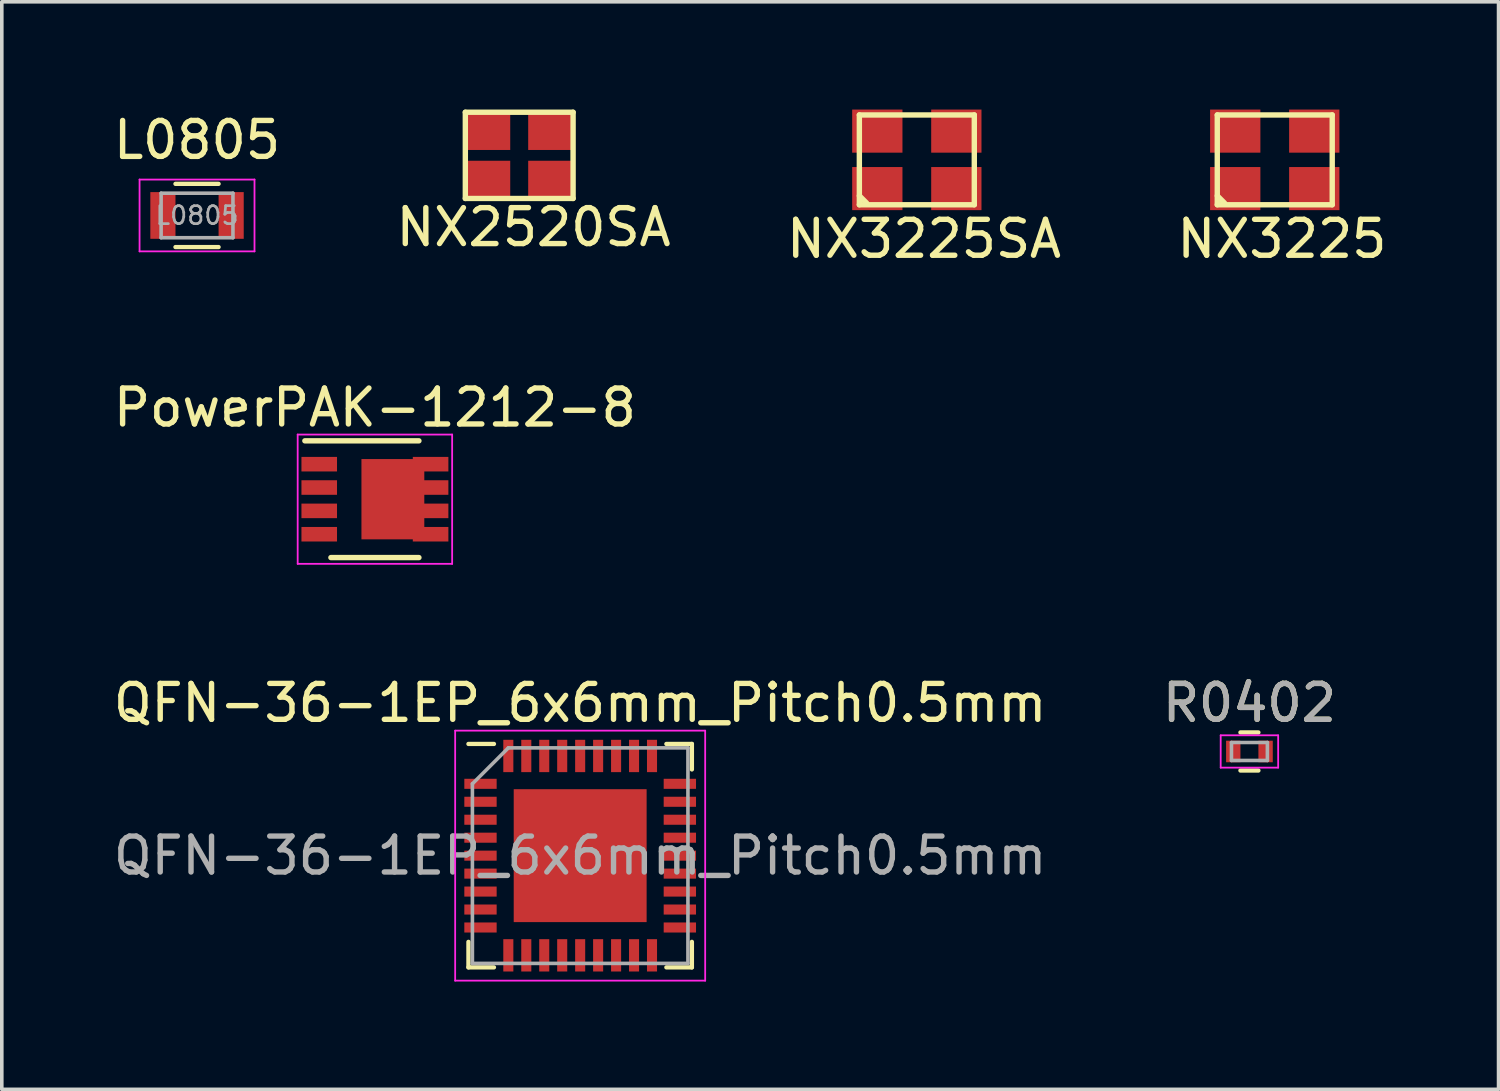
<source format=kicad_pcb>
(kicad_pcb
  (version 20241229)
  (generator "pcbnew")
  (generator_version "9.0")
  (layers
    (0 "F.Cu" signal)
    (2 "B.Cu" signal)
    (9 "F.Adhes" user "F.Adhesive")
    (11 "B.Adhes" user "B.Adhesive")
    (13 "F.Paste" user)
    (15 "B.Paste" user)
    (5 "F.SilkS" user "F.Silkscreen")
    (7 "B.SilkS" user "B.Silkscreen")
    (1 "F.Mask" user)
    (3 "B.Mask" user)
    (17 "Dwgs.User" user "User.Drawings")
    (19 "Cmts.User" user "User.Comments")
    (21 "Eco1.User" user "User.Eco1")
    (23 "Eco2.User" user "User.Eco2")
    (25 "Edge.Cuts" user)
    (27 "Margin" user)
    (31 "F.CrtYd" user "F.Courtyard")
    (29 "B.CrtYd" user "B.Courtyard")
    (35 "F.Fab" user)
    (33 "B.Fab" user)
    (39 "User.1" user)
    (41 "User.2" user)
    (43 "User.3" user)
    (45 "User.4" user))
  (footprint "NX3225SA"
    (layer "F.Cu")
    (at 22.473 1.4)
    (property "Reference" "NX3225SA" (at 0.2 2.2 0) (layer "F.SilkS") (effects (font (size 1 1) (thickness 0.15))))
    (attr through_hole)
    (fp_line (start -1.6 1) (end -1.4 1.2) (stroke (width 0.15) (type solid)) (layer "F.SilkS"))
    (fp_line (start -1.6 1.25) (end -1.6 -1.25) (stroke (width 0.15) (type solid)) (layer "F.SilkS"))
    (fp_line (start -1.6 1.25) (end 1.6 1.25) (stroke (width 0.15) (type solid)) (layer "F.SilkS"))
    (fp_line (start 1.6 -1.25) (end -1.6 -1.25) (stroke (width 0.15) (type solid)) (layer "F.SilkS"))
    (fp_line (start 1.6 -1.25) (end 1.6 1.25) (stroke (width 0.15) (type solid)) (layer "F.SilkS"))
    (pad "1" smd rect (at -1.1 0.8) (size 1.4 1.2) (layers "F.Cu" "F.Mask" "F.Paste"))
    (pad "2" smd rect (at 1.1 0.8) (size 1.4 1.2) (layers "F.Cu" "F.Mask" "F.Paste"))
    (pad "3" smd rect (at 1.1 -0.8) (size 1.4 1.2) (layers "F.Cu" "F.Mask" "F.Paste"))
    (pad "4" smd rect (at -1.1 -0.8) (size 1.4 1.2) (layers "F.Cu" "F.Mask" "F.Paste")))
  (footprint "R0402"
    (layer "F.Cu")
    (at 31.732 17.87)
    (property "Reference" "R0402" (at 0 -1.35 0) (layer "F.SilkS") (effects (font (size 1 1) (thickness 0.15))))
    (attr smd)
    (fp_line (start -0.25 0.53) (end 0.25 0.53) (stroke (width 0.12) (type solid)) (layer "F.SilkS"))
    (fp_line (start 0.25 -0.53) (end -0.25 -0.53) (stroke (width 0.12) (type solid)) (layer "F.SilkS"))
    (fp_line (start -0.8 -0.45) (end -0.8 0.45) (stroke (width 0.05) (type solid)) (layer "F.CrtYd"))
    (fp_line (start -0.8 -0.45) (end 0.8 -0.45) (stroke (width 0.05) (type solid)) (layer "F.CrtYd"))
    (fp_line (start 0.8 0.45) (end -0.8 0.45) (stroke (width 0.05) (type solid)) (layer "F.CrtYd"))
    (fp_line (start 0.8 0.45) (end 0.8 -0.45) (stroke (width 0.05) (type solid)) (layer "F.CrtYd"))
    (fp_line (start -0.5 -0.25) (end 0.5 -0.25) (stroke (width 0.1) (type solid)) (layer "F.Fab"))
    (fp_line (start -0.5 0.25) (end -0.5 -0.25) (stroke (width 0.1) (type solid)) (layer "F.Fab"))
    (fp_line (start 0.5 -0.25) (end 0.5 0.25) (stroke (width 0.1) (type solid)) (layer "F.Fab"))
    (fp_line (start 0.5 0.25) (end -0.5 0.25) (stroke (width 0.1) (type solid)) (layer "F.Fab"))
    (fp_text user "${REFERENCE}" (at 0 -1.35 0) (layer "F.Fab") (effects (font (size 1 1) (thickness 0.15))))
    (pad "1" smd rect (at -0.45 0) (size 0.4 0.6) (layers "F.Cu" "F.Mask" "F.Paste"))
    (pad "2" smd rect (at 0.45 0) (size 0.4 0.6) (layers "F.Cu" "F.Mask" "F.Paste")))
  (footprint "QFN-36-1EP_6x6mm_Pitch0.5mm"
    (layer "F.Cu")
    (at 13.101 20.77)
    (property "Reference" "QFN-36-1EP_6x6mm_Pitch0.5mm" (at 0 -4.25 0) (layer "F.SilkS") (effects (font (size 1 1) (thickness 0.15))))
    (attr smd)
    (fp_line (start -3.11 3.11) (end -3.11 2.4) (stroke (width 0.12) (type solid)) (layer "F.SilkS"))
    (fp_line (start -3.11 3.11) (end -2.4 3.11) (stroke (width 0.12) (type solid)) (layer "F.SilkS"))
    (fp_line (start -2.4 -3.11) (end -3.11 -3.11) (stroke (width 0.12) (type solid)) (layer "F.SilkS"))
    (fp_line (start 3.11 -3.11) (end 2.4 -3.11) (stroke (width 0.12) (type solid)) (layer "F.SilkS"))
    (fp_line (start 3.11 -3.11) (end 3.11 -2.4) (stroke (width 0.12) (type solid)) (layer "F.SilkS"))
    (fp_line (start 3.11 3.11) (end 2.4 3.11) (stroke (width 0.12) (type solid)) (layer "F.SilkS"))
    (fp_line (start 3.11 3.11) (end 3.11 2.4) (stroke (width 0.12) (type solid)) (layer "F.SilkS"))
    (fp_line (start -3.48 -3.48) (end -3.48 3.48) (stroke (width 0.05) (type solid)) (layer "F.CrtYd"))
    (fp_line (start -3.48 -3.48) (end 3.48 -3.48) (stroke (width 0.05) (type solid)) (layer "F.CrtYd"))
    (fp_line (start -3.48 3.48) (end 3.48 3.48) (stroke (width 0.05) (type solid)) (layer "F.CrtYd"))
    (fp_line (start 3.48 -3.48) (end 3.48 3.48) (stroke (width 0.05) (type solid)) (layer "F.CrtYd"))
    (fp_line (start -3 -2) (end -2 -3) (stroke (width 0.1) (type solid)) (layer "F.Fab"))
    (fp_line (start -3 3) (end -3 -2) (stroke (width 0.1) (type solid)) (layer "F.Fab"))
    (fp_line (start -2 -3) (end 3 -3) (stroke (width 0.1) (type solid)) (layer "F.Fab"))
    (fp_line (start 3 -3) (end 3 3) (stroke (width 0.1) (type solid)) (layer "F.Fab"))
    (fp_line (start 3 3) (end -3 3) (stroke (width 0.1) (type solid)) (layer "F.Fab"))
    (fp_text user "${REFERENCE}" (at 0 0 0) (layer "F.Fab") (effects (font (size 1 1) (thickness 0.15))))
    (pad "" smd rect (at -1.387 -1.387) (size 0.827 0.827) (layers "F.Paste"))
    (pad "" smd rect (at -1.387 -0.463) (size 0.827 0.827) (layers "F.Paste"))
    (pad "" smd rect (at -1.387 0.463) (size 0.827 0.827) (layers "F.Paste"))
    (pad "" smd rect (at -1.387 1.387) (size 0.827 0.827) (layers "F.Paste"))
    (pad "" smd rect (at -0.463 -1.387) (size 0.827 0.827) (layers "F.Paste"))
    (pad "" smd rect (at -0.463 -0.463) (size 0.827 0.827) (layers "F.Paste"))
    (pad "" smd rect (at -0.463 0.463) (size 0.827 0.827) (layers "F.Paste"))
    (pad "" smd rect (at -0.463 1.387) (size 0.827 0.827) (layers "F.Paste"))
    (pad "" smd rect (at 0.463 -1.387) (size 0.827 0.827) (layers "F.Paste"))
    (pad "" smd rect (at 0.463 -0.463) (size 0.827 0.827) (layers "F.Paste"))
    (pad "" smd rect (at 0.463 0.463) (size 0.827 0.827) (layers "F.Paste"))
    (pad "" smd rect (at 0.463 1.387) (size 0.827 0.827) (layers "F.Paste"))
    (pad "" smd rect (at 1.387 -1.387) (size 0.827 0.827) (layers "F.Paste"))
    (pad "" smd rect (at 1.387 -0.463) (size 0.827 0.827) (layers "F.Paste"))
    (pad "" smd rect (at 1.387 0.463) (size 0.827 0.827) (layers "F.Paste"))
    (pad "" smd rect (at 1.387 1.387) (size 0.827 0.827) (layers "F.Paste"))
    (pad "1" smd rect (at -2.775 -2) (size 0.9 0.28) (layers "F.Cu" "F.Mask" "F.Paste"))
    (pad "2" smd rect (at -2.775 -1.5) (size 0.9 0.28) (layers "F.Cu" "F.Mask" "F.Paste"))
    (pad "3" smd rect (at -2.775 -1) (size 0.9 0.28) (layers "F.Cu" "F.Mask" "F.Paste"))
    (pad "4" smd rect (at -2.775 -0.5) (size 0.9 0.28) (layers "F.Cu" "F.Mask" "F.Paste"))
    (pad "5" smd rect (at -2.775 0) (size 0.9 0.28) (layers "F.Cu" "F.Mask" "F.Paste"))
    (pad "6" smd rect (at -2.775 0.5) (size 0.9 0.28) (layers "F.Cu" "F.Mask" "F.Paste"))
    (pad "7" smd rect (at -2.775 1) (size 0.9 0.28) (layers "F.Cu" "F.Mask" "F.Paste"))
    (pad "8" smd rect (at -2.775 1.5) (size 0.9 0.28) (layers "F.Cu" "F.Mask" "F.Paste"))
    (pad "9" smd rect (at -2.775 2) (size 0.9 0.28) (layers "F.Cu" "F.Mask" "F.Paste"))
    (pad "10" smd rect (at -2 2.775 90) (size 0.9 0.28) (layers "F.Cu" "F.Mask" "F.Paste"))
    (pad "11" smd rect (at -1.5 2.775 90) (size 0.9 0.28) (layers "F.Cu" "F.Mask" "F.Paste"))
    (pad "12" smd rect (at -1 2.775 90) (size 0.9 0.28) (layers "F.Cu" "F.Mask" "F.Paste"))
    (pad "13" smd rect (at -0.5 2.775 90) (size 0.9 0.28) (layers "F.Cu" "F.Mask" "F.Paste"))
    (pad "14" smd rect (at 0 2.775 90) (size 0.9 0.28) (layers "F.Cu" "F.Mask" "F.Paste"))
    (pad "15" smd rect (at 0.5 2.775 90) (size 0.9 0.28) (layers "F.Cu" "F.Mask" "F.Paste"))
    (pad "16" smd rect (at 1 2.775 90) (size 0.9 0.28) (layers "F.Cu" "F.Mask" "F.Paste"))
    (pad "17" smd rect (at 1.5 2.775 90) (size 0.9 0.28) (layers "F.Cu" "F.Mask" "F.Paste"))
    (pad "18" smd rect (at 2 2.775 90) (size 0.9 0.28) (layers "F.Cu" "F.Mask" "F.Paste"))
    (pad "19" smd rect (at 2.775 2) (size 0.9 0.28) (layers "F.Cu" "F.Mask" "F.Paste"))
    (pad "20" smd rect (at 2.775 1.5) (size 0.9 0.28) (layers "F.Cu" "F.Mask" "F.Paste"))
    (pad "21" smd rect (at 2.775 1) (size 0.9 0.28) (layers "F.Cu" "F.Mask" "F.Paste"))
    (pad "22" smd rect (at 2.775 0.5) (size 0.9 0.28) (layers "F.Cu" "F.Mask" "F.Paste"))
    (pad "23" smd rect (at 2.775 0) (size 0.9 0.28) (layers "F.Cu" "F.Mask" "F.Paste"))
    (pad "24" smd rect (at 2.775 -0.5) (size 0.9 0.28) (layers "F.Cu" "F.Mask" "F.Paste"))
    (pad "25" smd rect (at 2.775 -1) (size 0.9 0.28) (layers "F.Cu" "F.Mask" "F.Paste"))
    (pad "26" smd rect (at 2.775 -1.5) (size 0.9 0.28) (layers "F.Cu" "F.Mask" "F.Paste"))
    (pad "27" smd rect (at 2.775 -2) (size 0.9 0.28) (layers "F.Cu" "F.Mask" "F.Paste"))
    (pad "28" smd rect (at 2 -2.775 90) (size 0.9 0.28) (layers "F.Cu" "F.Mask" "F.Paste"))
    (pad "29" smd rect (at 1.5 -2.775 90) (size 0.9 0.28) (layers "F.Cu" "F.Mask" "F.Paste"))
    (pad "30" smd rect (at 1 -2.775 90) (size 0.9 0.28) (layers "F.Cu" "F.Mask" "F.Paste"))
    (pad "31" smd rect (at 0.5 -2.775 90) (size 0.9 0.28) (layers "F.Cu" "F.Mask" "F.Paste"))
    (pad "32" smd rect (at 0 -2.775 90) (size 0.9 0.28) (layers "F.Cu" "F.Mask" "F.Paste"))
    (pad "33" smd rect (at -0.5 -2.775 90) (size 0.9 0.28) (layers "F.Cu" "F.Mask" "F.Paste"))
    (pad "34" smd rect (at -1 -2.775 90) (size 0.9 0.28) (layers "F.Cu" "F.Mask" "F.Paste"))
    (pad "35" smd rect (at -1.5 -2.775 90) (size 0.9 0.28) (layers "F.Cu" "F.Mask" "F.Paste"))
    (pad "36" smd rect (at -2 -2.775 90) (size 0.9 0.28) (layers "F.Cu" "F.Mask" "F.Paste"))
    (pad "37" smd rect (at 0 0) (size 3.7 3.7) (layers "F.Cu" "F.Mask")))
  (footprint "PowerPAK-1212-8"
    (layer "F.Cu")
    (at 7.387 10.847)
    (property "Reference" "PowerPAK-1212-8" (at 0 -2.55 0) (layer "F.SilkS") (effects (font (size 1 1) (thickness 0.15))))
    (attr smd)
    (fp_line (start -1.95 -1.625) (end 1.225 -1.625) (stroke (width 0.15) (type solid)) (layer "F.SilkS"))
    (fp_line (start -1.225 1.625) (end 1.225 1.625) (stroke (width 0.15) (type solid)) (layer "F.SilkS"))
    (fp_line (start -2.15 -1.8) (end -2.15 1.8) (stroke (width 0.05) (type solid)) (layer "F.CrtYd"))
    (fp_line (start -2.15 -1.8) (end 2.15 -1.8) (stroke (width 0.05) (type solid)) (layer "F.CrtYd"))
    (fp_line (start -2.15 1.8) (end 2.15 1.8) (stroke (width 0.05) (type solid)) (layer "F.CrtYd"))
    (fp_line (start 2.15 -1.8) (end 2.15 1.8) (stroke (width 0.05) (type solid)) (layer "F.CrtYd"))
    (pad "1" smd rect (at -1.55 -0.975) (size 0.99 0.405) (layers "F.Cu" "F.Mask" "F.Paste"))
    (pad "2" smd rect (at -1.55 -0.325) (size 0.99 0.405) (layers "F.Cu" "F.Mask" "F.Paste"))
    (pad "3" smd rect (at -1.55 0.325) (size 0.99 0.405) (layers "F.Cu" "F.Mask" "F.Paste"))
    (pad "4" smd rect (at -1.55 0.975) (size 0.99 0.405) (layers "F.Cu" "F.Mask" "F.Paste"))
    (pad "5" smd rect (at 1.55 0.975) (size 0.99 0.405) (layers "F.Cu" "F.Mask" "F.Paste"))
    (pad "6" smd rect (at 1.55 0.325) (size 0.99 0.405) (layers "F.Cu" "F.Mask" "F.Paste"))
    (pad "7" smd rect (at 1.55 -0.325) (size 0.99 0.405) (layers "F.Cu" "F.Mask" "F.Paste"))
    (pad "8" smd rect (at 1.55 -0.975) (size 0.99 0.405) (layers "F.Cu" "F.Mask" "F.Paste"))
    (pad "9" smd rect (at 0.5 0) (size 1.75 2.235) (layers "F.Cu" "F.Mask" "F.Paste")))
  (footprint "NX3225"
    (layer "F.Cu")
    (at 32.437 1.4)
    (property "Reference" "NX3225" (at 0.2 2.2 0) (layer "F.SilkS") (effects (font (size 1 1) (thickness 0.15))))
    (attr through_hole)
    (fp_line (start -1.6 1) (end -1.4 1.2) (stroke (width 0.15) (type solid)) (layer "F.SilkS"))
    (fp_line (start -1.6 1.25) (end -1.6 -1.25) (stroke (width 0.15) (type solid)) (layer "F.SilkS"))
    (fp_line (start -1.6 1.25) (end 1.6 1.25) (stroke (width 0.15) (type solid)) (layer "F.SilkS"))
    (fp_line (start 1.6 -1.25) (end -1.6 -1.25) (stroke (width 0.15) (type solid)) (layer "F.SilkS"))
    (fp_line (start 1.6 -1.25) (end 1.6 1.25) (stroke (width 0.15) (type solid)) (layer "F.SilkS"))
    (pad "1" smd rect (at -1.1 0.8) (size 1.4 1.2) (layers "F.Cu" "F.Mask" "F.Paste"))
    (pad "2" smd rect (at 1.1 0.8) (size 1.4 1.2) (layers "F.Cu" "F.Mask" "F.Paste"))
    (pad "3" smd rect (at 1.1 -0.8) (size 1.4 1.2) (layers "F.Cu" "F.Mask" "F.Paste"))
    (pad "4" smd rect (at -1.1 -0.8) (size 1.4 1.2) (layers "F.Cu" "F.Mask" "F.Paste")))
  (footprint "L0805"
    (layer "F.Cu")
    (at 2.435 2.948)
    (property "Reference" "L0805" (at 0 -2.1 0) (layer "F.SilkS") (effects (font (size 1 1) (thickness 0.15))))
    (attr smd)
    (fp_line (start -0.6 -0.88) (end 0.6 -0.88) (stroke (width 0.12) (type solid)) (layer "F.SilkS"))
    (fp_line (start 0.6 0.88) (end -0.6 0.88) (stroke (width 0.12) (type solid)) (layer "F.SilkS"))
    (fp_line (start -1.6 -1) (end -1.6 1) (stroke (width 0.05) (type solid)) (layer "F.CrtYd"))
    (fp_line (start -1.6 -1) (end 1.6 -1) (stroke (width 0.05) (type solid)) (layer "F.CrtYd"))
    (fp_line (start -1.6 1) (end 1.6 1) (stroke (width 0.05) (type solid)) (layer "F.CrtYd"))
    (fp_line (start 1.6 -1) (end 1.6 1) (stroke (width 0.05) (type solid)) (layer "F.CrtYd"))
    (fp_line (start -1 -0.62) (end 1 -0.62) (stroke (width 0.1) (type solid)) (layer "F.Fab"))
    (fp_line (start -1 0.62) (end -1 -0.62) (stroke (width 0.1) (type solid)) (layer "F.Fab"))
    (fp_line (start 1 -0.62) (end 1 0.62) (stroke (width 0.1) (type solid)) (layer "F.Fab"))
    (fp_line (start 1 0.62) (end -1 0.62) (stroke (width 0.1) (type solid)) (layer "F.Fab"))
    (fp_text user "${REFERENCE}" (at 0 0 0) (layer "F.Fab") (effects (font (size 0.5 0.5) (thickness 0.075))))
    (pad "1" smd rect (at -0.95 0) (size 0.7 1.3) (layers "F.Cu" "F.Mask" "F.Paste"))
    (pad "2" smd rect (at 0.95 0) (size 0.7 1.3) (layers "F.Cu" "F.Mask" "F.Paste")))
  (footprint "NX2520SA"
    (layer "F.Cu")
    (at 11.404 1.275)
    (property "Reference" "NX2520SA" (at 0.4 2 0) (layer "F.SilkS") (effects (font (size 1 1) (thickness 0.15))))
    (attr through_hole)
    (fp_line (start -1.5 -1.2) (end 1.5 -1.2) (stroke (width 0.15) (type solid)) (layer "F.SilkS"))
    (fp_line (start -1.5 1.2) (end -1.5 -1.2) (stroke (width 0.15) (type solid)) (layer "F.SilkS"))
    (fp_line (start 1.5 -1.2) (end 1.5 1.2) (stroke (width 0.15) (type solid)) (layer "F.SilkS"))
    (fp_line (start 1.5 1.2) (end -1.5 1.2) (stroke (width 0.15) (type solid)) (layer "F.SilkS"))
    (pad "1" smd rect (at -0.85 0.65) (size 1.2 1) (layers "F.Cu" "F.Mask" "F.Paste"))
    (pad "2" smd rect (at 0.85 0.65) (size 1.2 1) (layers "F.Cu" "F.Mask" "F.Paste"))
    (pad "3" smd rect (at 0.85 -0.65) (size 1.2 1) (layers "F.Cu" "F.Mask" "F.Paste"))
    (pad "4" smd rect (at -0.85 -0.65) (size 1.2 1) (layers "F.Cu" "F.Mask" "F.Paste")))
  (gr_rect
    (start -3 -3)
    (end 38.667 27.275)
    (stroke (width 0.1) (type default))
    (fill no)
    (layer "Edge.Cuts")))
</source>
